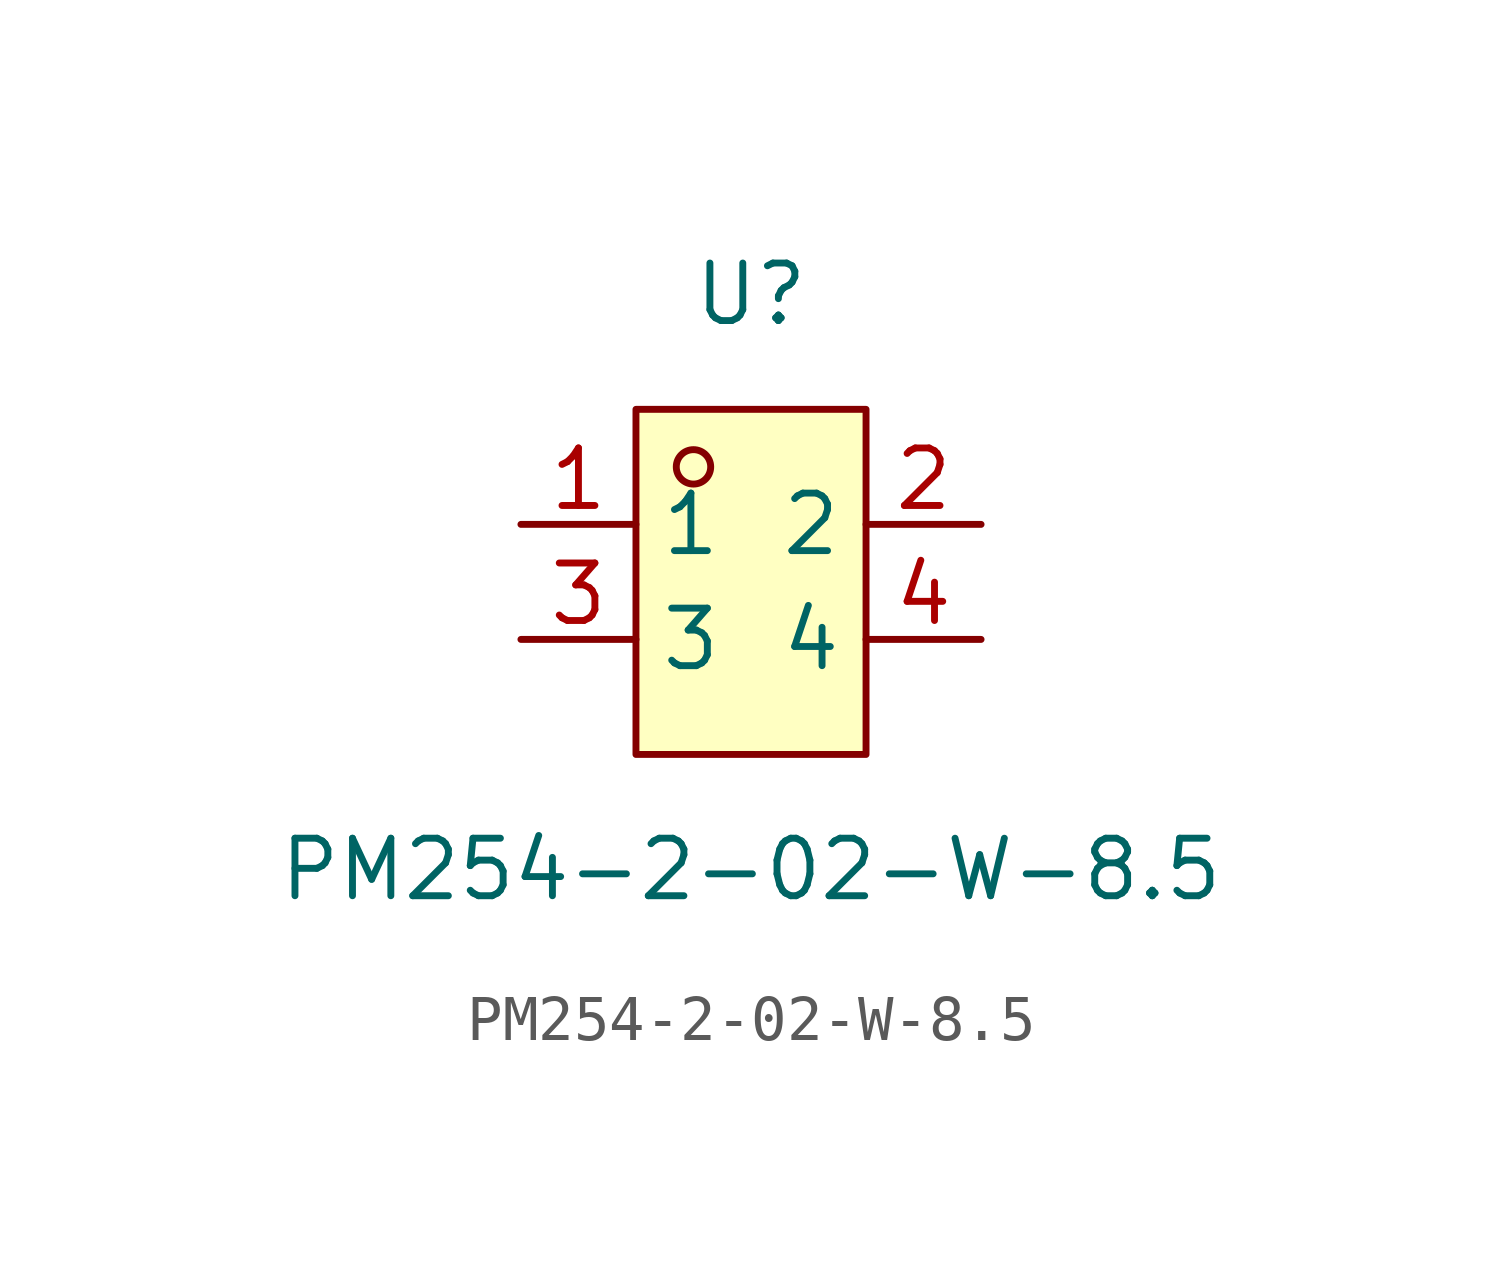
<source format=kicad_sym>
(kicad_symbol_lib
  (version 20211014)
  (generator https://github.com/uPesy/easyeda2kicad.py)
  (symbol "PM254-2-02-W-8.5"
    (property "Reference" "U"
      (at 0 6.35 0)
      (effects (font (size 1.27 1.27))))
    (property "Value" "PM254-2-02-W-8.5"
      (at 0 -6.35 0)
      (effects (font (size 1.27 1.27))))
    (symbol "PM254-2-02-W-8.5_0_1"
      (rectangle (start -2.54 3.81) (end 2.54 -3.81) (stroke (width 0) (type default) (color 0 0 0 0)) (fill (type background)))
      (circle (center -1.27 2.54) (radius 0.38) (stroke (width 0) (type default) (color 0 0 0 0)) (fill (type none)))
      (pin unspecified line (at -5.08 1.27 0) (length 2.54) (name "1" (effects (font (size 1.27 1.27)))) (number "1" (effects (font (size 1.27 1.27)))))
      (pin unspecified line (at 5.08 -1.27 180) (length 2.54) (name "4" (effects (font (size 1.27 1.27)))) (number "4" (effects (font (size 1.27 1.27)))))
      (pin unspecified line (at -5.08 -1.27 0) (length 2.54) (name "3" (effects (font (size 1.27 1.27)))) (number "3" (effects (font (size 1.27 1.27)))))
      (pin unspecified line (at 5.08 1.27 180) (length 2.54) (name "2" (effects (font (size 1.27 1.27)))) (number "2" (effects (font (size 1.27 1.27))))))))
</source>
